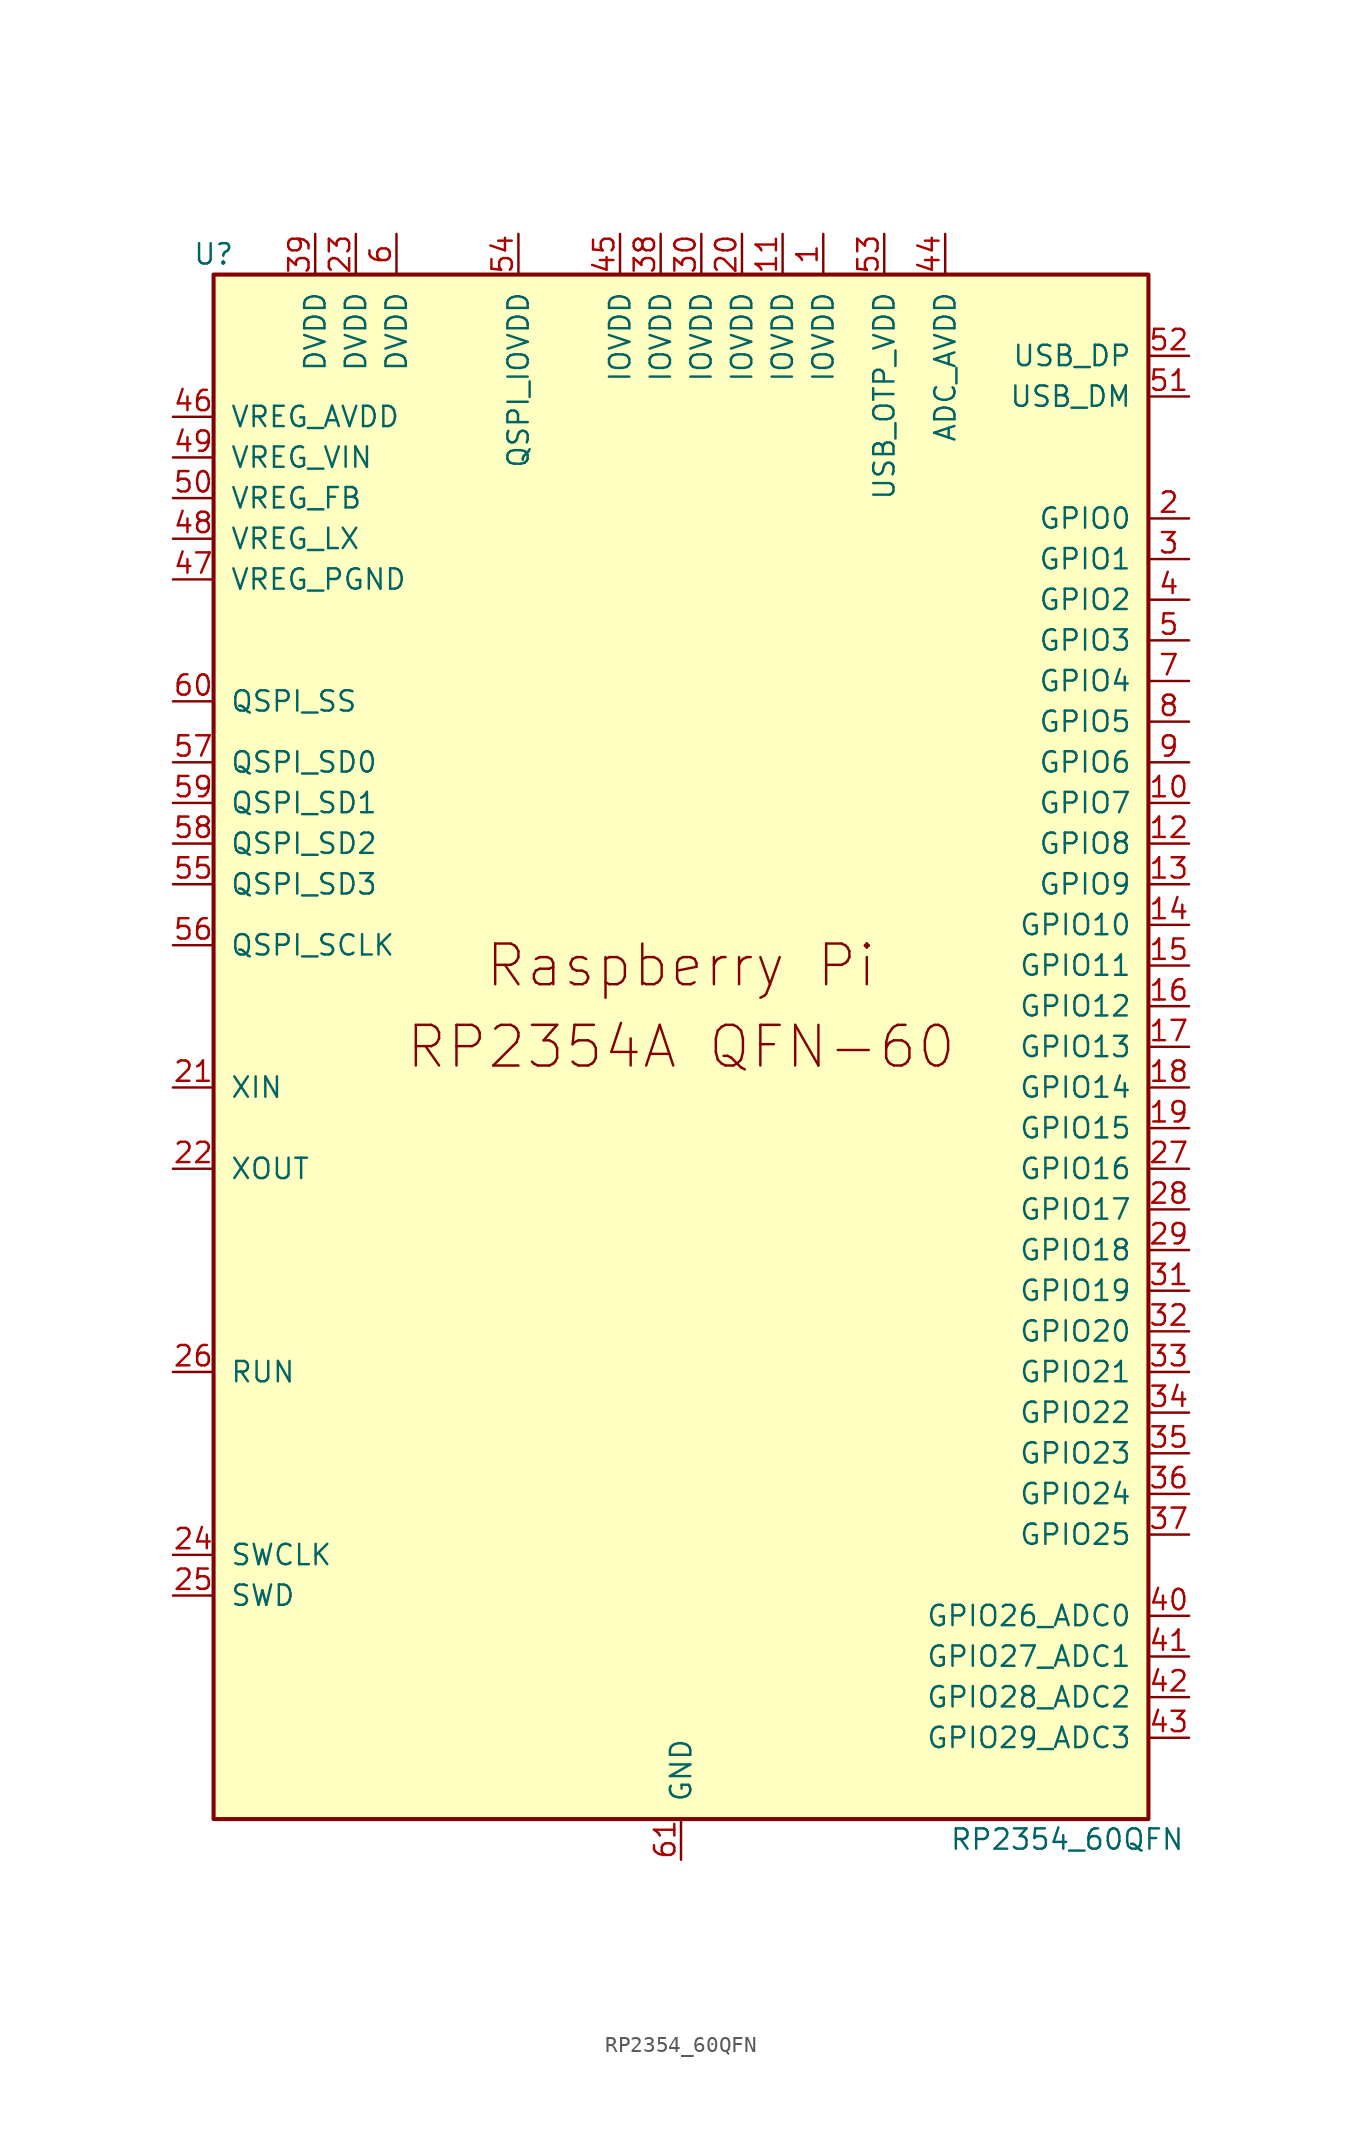
<source format=kicad_sym>
(kicad_symbol_lib
  (version 20241209)
  (generator "kicad_symbol_editor")
  (generator_version "9.0")
  (symbol "RP2354_60QFN"
    (pin_names
      (offset 1.016))
    (property "Reference" "U"
      (at -29.21 49.53 0)
      (effects (font (size 1.27 1.27))))
    (property "Value" "RP2354_60QFN"
      (at 24.13 -49.53 0)
      (effects (font (size 1.27 1.27))))
    (symbol "RP2354_60QFN_0_0"
      (text "Raspberry Pi" (at 0 5.08 0) (effects (font (size 2.54 2.54)))))
    (symbol "RP2354_60QFN_0_1"
      (rectangle (start 29.21 48.26) (end -29.21 -48.26) (stroke (width 0.254) (type default)) (fill (type background))))
    (symbol "RP2354_60QFN_1_1"
      (text "RP2354A QFN-60" (at 0 0 0) (effects (font (size 2.54 2.54))))
      (pin power_in line (at -31.75 39.37 0) (length 2.54) (name "VREG_AVDD" (effects (font (size 1.27 1.27)))) (number "46" (effects (font (size 1.27 1.27)))))
      (pin power_in line (at -31.75 36.83 0) (length 2.54) (name "VREG_VIN" (effects (font (size 1.27 1.27)))) (number "49" (effects (font (size 1.27 1.27)))))
      (pin input line (at -31.75 34.29 0) (length 2.54) (name "VREG_FB" (effects (font (size 1.27 1.27)))) (number "50" (effects (font (size 1.27 1.27)))))
      (pin power_out line (at -31.75 31.75 0) (length 2.54) (name "VREG_LX" (effects (font (size 1.27 1.27)))) (number "48" (effects (font (size 1.27 1.27)))))
      (pin power_in line (at -31.75 29.21 0) (length 2.54) (name "VREG_PGND" (effects (font (size 1.27 1.27)))) (number "47" (effects (font (size 1.27 1.27)))))
      (pin bidirectional line (at -31.75 21.59 0) (length 2.54) (name "QSPI_SS" (effects (font (size 1.27 1.27)))) (number "60" (effects (font (size 1.27 1.27)))))
      (pin bidirectional line (at -31.75 17.78 0) (length 2.54) (name "QSPI_SD0" (effects (font (size 1.27 1.27)))) (number "57" (effects (font (size 1.27 1.27)))))
      (pin bidirectional line (at -31.75 15.24 0) (length 2.54) (name "QSPI_SD1" (effects (font (size 1.27 1.27)))) (number "59" (effects (font (size 1.27 1.27)))))
      (pin bidirectional line (at -31.75 12.7 0) (length 2.54) (name "QSPI_SD2" (effects (font (size 1.27 1.27)))) (number "58" (effects (font (size 1.27 1.27)))))
      (pin bidirectional line (at -31.75 10.16 0) (length 2.54) (name "QSPI_SD3" (effects (font (size 1.27 1.27)))) (number "55" (effects (font (size 1.27 1.27)))))
      (pin output line (at -31.75 6.35 0) (length 2.54) (name "QSPI_SCLK" (effects (font (size 1.27 1.27)))) (number "56" (effects (font (size 1.27 1.27)))))
      (pin input line (at -31.75 -2.54 0) (length 2.54) (name "XIN" (effects (font (size 1.27 1.27)))) (number "21" (effects (font (size 1.27 1.27)))))
      (pin passive line (at -31.75 -7.62 0) (length 2.54) (name "XOUT" (effects (font (size 1.27 1.27)))) (number "22" (effects (font (size 1.27 1.27)))))
      (pin input line (at -31.75 -20.32 0) (length 2.54) (name "RUN" (effects (font (size 1.27 1.27)))) (number "26" (effects (font (size 1.27 1.27)))))
      (pin output line (at -31.75 -31.75 0) (length 2.54) (name "SWCLK" (effects (font (size 1.27 1.27)))) (number "24" (effects (font (size 1.27 1.27)))))
      (pin bidirectional line (at -31.75 -34.29 0) (length 2.54) (name "SWD" (effects (font (size 1.27 1.27)))) (number "25" (effects (font (size 1.27 1.27)))))
      (pin power_in line (at -22.86 50.8 270) (length 2.54) (name "DVDD" (effects (font (size 1.27 1.27)))) (number "39" (effects (font (size 1.27 1.27)))))
      (pin power_in line (at -20.32 50.8 270) (length 2.54) (name "DVDD" (effects (font (size 1.27 1.27)))) (number "23" (effects (font (size 1.27 1.27)))))
      (pin power_in line (at -17.78 50.8 270) (length 2.54) (name "DVDD" (effects (font (size 1.27 1.27)))) (number "6" (effects (font (size 1.27 1.27)))))
      (pin power_in line (at -10.16 50.8 270) (length 2.54) (name "QSPI_IOVDD" (effects (font (size 1.27 1.27)))) (number "54" (effects (font (size 1.27 1.27)))))
      (pin power_in line (at -3.81 50.8 270) (length 2.54) (name "IOVDD" (effects (font (size 1.27 1.27)))) (number "45" (effects (font (size 1.27 1.27)))))
      (pin power_in line (at -1.27 50.8 270) (length 2.54) (name "IOVDD" (effects (font (size 1.27 1.27)))) (number "38" (effects (font (size 1.27 1.27)))))
      (pin power_in line (at 0 -50.8 90) (length 2.54) (name "GND" (effects (font (size 1.27 1.27)))) (number "61" (effects (font (size 1.27 1.27)))))
      (pin power_in line (at 1.27 50.8 270) (length 2.54) (name "IOVDD" (effects (font (size 1.27 1.27)))) (number "30" (effects (font (size 1.27 1.27)))))
      (pin power_in line (at 3.81 50.8 270) (length 2.54) (name "IOVDD" (effects (font (size 1.27 1.27)))) (number "20" (effects (font (size 1.27 1.27)))))
      (pin power_in line (at 6.35 50.8 270) (length 2.54) (name "IOVDD" (effects (font (size 1.27 1.27)))) (number "11" (effects (font (size 1.27 1.27)))))
      (pin power_in line (at 8.89 50.8 270) (length 2.54) (name "IOVDD" (effects (font (size 1.27 1.27)))) (number "1" (effects (font (size 1.27 1.27)))))
      (pin power_in line (at 12.7 50.8 270) (length 2.54) (name "USB_OTP_VDD" (effects (font (size 1.27 1.27)))) (number "53" (effects (font (size 1.27 1.27)))))
      (pin power_in line (at 16.51 50.8 270) (length 2.54) (name "ADC_AVDD" (effects (font (size 1.27 1.27)))) (number "44" (effects (font (size 1.27 1.27)))))
      (pin bidirectional line (at 31.75 43.18 180) (length 2.54) (name "USB_DP" (effects (font (size 1.27 1.27)))) (number "52" (effects (font (size 1.27 1.27)))))
      (pin bidirectional line (at 31.75 40.64 180) (length 2.54) (name "USB_DM" (effects (font (size 1.27 1.27)))) (number "51" (effects (font (size 1.27 1.27)))))
      (pin bidirectional line (at 31.75 33.02 180) (length 2.54) (name "GPIO0" (effects (font (size 1.27 1.27)))) (number "2" (effects (font (size 1.27 1.27)))))
      (pin bidirectional line (at 31.75 30.48 180) (length 2.54) (name "GPIO1" (effects (font (size 1.27 1.27)))) (number "3" (effects (font (size 1.27 1.27)))))
      (pin bidirectional line (at 31.75 27.94 180) (length 2.54) (name "GPIO2" (effects (font (size 1.27 1.27)))) (number "4" (effects (font (size 1.27 1.27)))))
      (pin bidirectional line (at 31.75 25.4 180) (length 2.54) (name "GPIO3" (effects (font (size 1.27 1.27)))) (number "5" (effects (font (size 1.27 1.27)))))
      (pin bidirectional line (at 31.75 22.86 180) (length 2.54) (name "GPIO4" (effects (font (size 1.27 1.27)))) (number "7" (effects (font (size 1.27 1.27)))))
      (pin bidirectional line (at 31.75 20.32 180) (length 2.54) (name "GPIO5" (effects (font (size 1.27 1.27)))) (number "8" (effects (font (size 1.27 1.27)))))
      (pin bidirectional line (at 31.75 17.78 180) (length 2.54) (name "GPIO6" (effects (font (size 1.27 1.27)))) (number "9" (effects (font (size 1.27 1.27)))))
      (pin bidirectional line (at 31.75 15.24 180) (length 2.54) (name "GPIO7" (effects (font (size 1.27 1.27)))) (number "10" (effects (font (size 1.27 1.27)))))
      (pin bidirectional line (at 31.75 12.7 180) (length 2.54) (name "GPIO8" (effects (font (size 1.27 1.27)))) (number "12" (effects (font (size 1.27 1.27)))))
      (pin bidirectional line (at 31.75 10.16 180) (length 2.54) (name "GPIO9" (effects (font (size 1.27 1.27)))) (number "13" (effects (font (size 1.27 1.27)))))
      (pin bidirectional line (at 31.75 7.62 180) (length 2.54) (name "GPIO10" (effects (font (size 1.27 1.27)))) (number "14" (effects (font (size 1.27 1.27)))))
      (pin bidirectional line (at 31.75 5.08 180) (length 2.54) (name "GPIO11" (effects (font (size 1.27 1.27)))) (number "15" (effects (font (size 1.27 1.27)))))
      (pin bidirectional line (at 31.75 2.54 180) (length 2.54) (name "GPIO12" (effects (font (size 1.27 1.27)))) (number "16" (effects (font (size 1.27 1.27)))))
      (pin bidirectional line (at 31.75 0 180) (length 2.54) (name "GPIO13" (effects (font (size 1.27 1.27)))) (number "17" (effects (font (size 1.27 1.27)))))
      (pin bidirectional line (at 31.75 -2.54 180) (length 2.54) (name "GPIO14" (effects (font (size 1.27 1.27)))) (number "18" (effects (font (size 1.27 1.27)))))
      (pin bidirectional line (at 31.75 -5.08 180) (length 2.54) (name "GPIO15" (effects (font (size 1.27 1.27)))) (number "19" (effects (font (size 1.27 1.27)))))
      (pin bidirectional line (at 31.75 -7.62 180) (length 2.54) (name "GPIO16" (effects (font (size 1.27 1.27)))) (number "27" (effects (font (size 1.27 1.27)))))
      (pin bidirectional line (at 31.75 -10.16 180) (length 2.54) (name "GPIO17" (effects (font (size 1.27 1.27)))) (number "28" (effects (font (size 1.27 1.27)))))
      (pin bidirectional line (at 31.75 -12.7 180) (length 2.54) (name "GPIO18" (effects (font (size 1.27 1.27)))) (number "29" (effects (font (size 1.27 1.27)))))
      (pin bidirectional line (at 31.75 -15.24 180) (length 2.54) (name "GPIO19" (effects (font (size 1.27 1.27)))) (number "31" (effects (font (size 1.27 1.27)))))
      (pin bidirectional line (at 31.75 -17.78 180) (length 2.54) (name "GPIO20" (effects (font (size 1.27 1.27)))) (number "32" (effects (font (size 1.27 1.27)))))
      (pin bidirectional line (at 31.75 -20.32 180) (length 2.54) (name "GPIO21" (effects (font (size 1.27 1.27)))) (number "33" (effects (font (size 1.27 1.27)))))
      (pin bidirectional line (at 31.75 -22.86 180) (length 2.54) (name "GPIO22" (effects (font (size 1.27 1.27)))) (number "34" (effects (font (size 1.27 1.27)))))
      (pin bidirectional line (at 31.75 -25.4 180) (length 2.54) (name "GPIO23" (effects (font (size 1.27 1.27)))) (number "35" (effects (font (size 1.27 1.27)))))
      (pin bidirectional line (at 31.75 -27.94 180) (length 2.54) (name "GPIO24" (effects (font (size 1.27 1.27)))) (number "36" (effects (font (size 1.27 1.27)))))
      (pin bidirectional line (at 31.75 -30.48 180) (length 2.54) (name "GPIO25" (effects (font (size 1.27 1.27)))) (number "37" (effects (font (size 1.27 1.27)))))
      (pin bidirectional line (at 31.75 -35.56 180) (length 2.54) (name "GPIO26_ADC0" (effects (font (size 1.27 1.27)))) (number "40" (effects (font (size 1.27 1.27)))))
      (pin bidirectional line (at 31.75 -38.1 180) (length 2.54) (name "GPIO27_ADC1" (effects (font (size 1.27 1.27)))) (number "41" (effects (font (size 1.27 1.27)))))
      (pin bidirectional line (at 31.75 -40.64 180) (length 2.54) (name "GPIO28_ADC2" (effects (font (size 1.27 1.27)))) (number "42" (effects (font (size 1.27 1.27)))))
      (pin bidirectional line (at 31.75 -43.18 180) (length 2.54) (name "GPIO29_ADC3" (effects (font (size 1.27 1.27)))) (number "43" (effects (font (size 1.27 1.27))))))))
</source>
